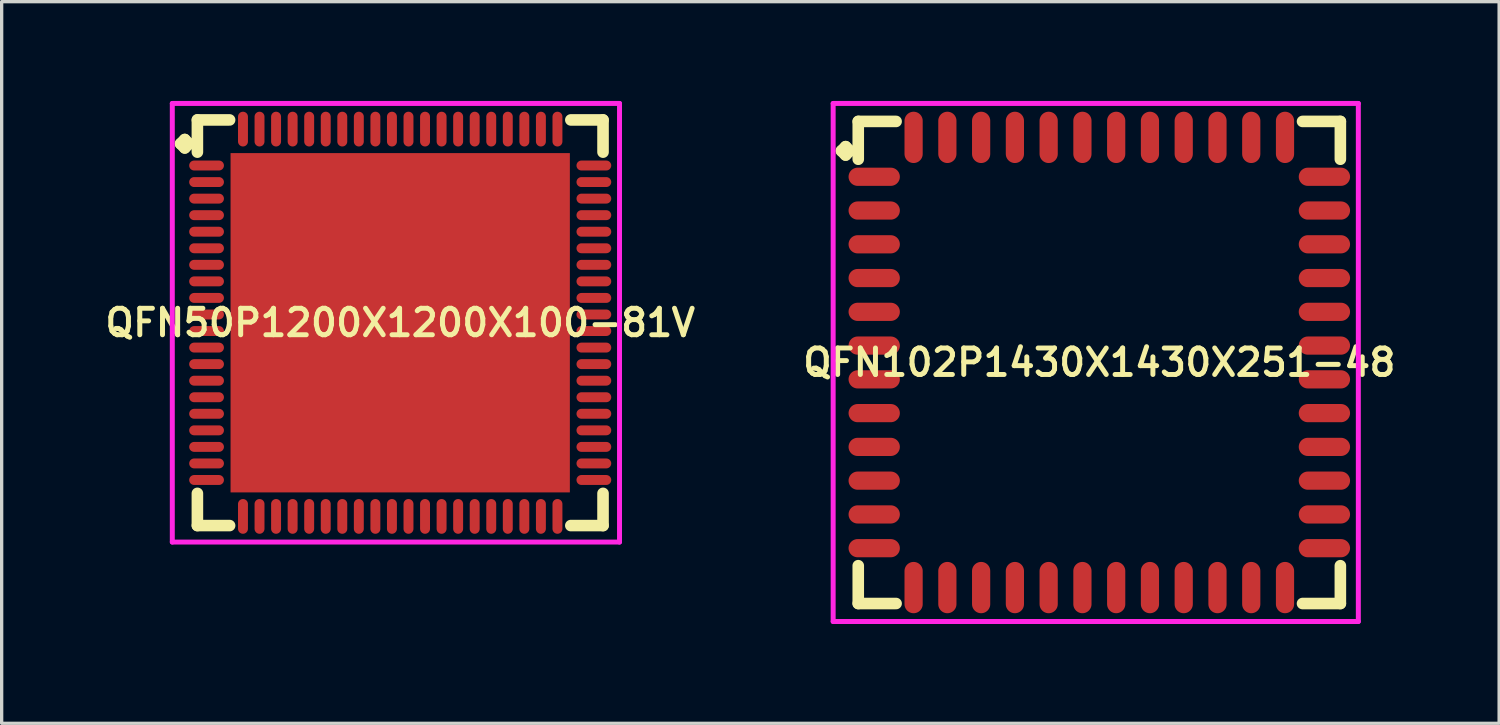
<source format=kicad_pcb>
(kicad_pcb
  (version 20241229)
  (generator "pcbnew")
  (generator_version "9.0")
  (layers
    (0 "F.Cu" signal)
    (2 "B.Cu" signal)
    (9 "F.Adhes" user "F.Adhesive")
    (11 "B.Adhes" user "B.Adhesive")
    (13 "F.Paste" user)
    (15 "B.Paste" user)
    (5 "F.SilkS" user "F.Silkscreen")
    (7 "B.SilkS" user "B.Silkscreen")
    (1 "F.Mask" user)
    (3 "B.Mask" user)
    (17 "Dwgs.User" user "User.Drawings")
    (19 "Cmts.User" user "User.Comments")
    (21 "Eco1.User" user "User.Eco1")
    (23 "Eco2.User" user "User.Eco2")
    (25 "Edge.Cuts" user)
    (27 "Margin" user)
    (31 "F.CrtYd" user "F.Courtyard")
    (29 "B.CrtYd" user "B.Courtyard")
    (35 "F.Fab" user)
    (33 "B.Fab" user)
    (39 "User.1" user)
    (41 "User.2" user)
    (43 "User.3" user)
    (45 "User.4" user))
  (footprint "QFN50P1200X1200X100-81V"
    (layer "F.Cu")
    (at 9.04 6.7)
    (property "Reference" "QFN50P1200X1200X100-81V" (at 0 0 0) (layer "F.SilkS") (effects (font (size 0.8 0.8) (thickness 0.15))))
    (attr smd)
    (fp_line (start -6.635 -5.408) (end -6.508 -5.535) (stroke (width 0.35) (type solid)) (layer "F.SilkS"))
    (fp_line (start -6.508 -5.535) (end -6.381 -5.408) (stroke (width 0.35) (type solid)) (layer "F.SilkS"))
    (fp_line (start -6.508 -5.281) (end -6.635 -5.408) (stroke (width 0.35) (type solid)) (layer "F.SilkS"))
    (fp_line (start -6.381 -5.408) (end -6.508 -5.281) (stroke (width 0.35) (type solid)) (layer "F.SilkS"))
    (fp_line (start -6.127 -6.127) (end -5.154 -6.127) (stroke (width 0.35) (type solid)) (layer "F.SilkS"))
    (fp_line (start -6.127 -5.154) (end -6.127 -6.127) (stroke (width 0.35) (type solid)) (layer "F.SilkS"))
    (fp_line (start -6.127 5.154) (end -6.127 6.127) (stroke (width 0.35) (type solid)) (layer "F.SilkS"))
    (fp_line (start -6.127 6.127) (end -5.154 6.127) (stroke (width 0.35) (type solid)) (layer "F.SilkS"))
    (fp_line (start 5.154 -6.127) (end 6.127 -6.127) (stroke (width 0.35) (type solid)) (layer "F.SilkS"))
    (fp_line (start 5.154 6.127) (end 6.127 6.127) (stroke (width 0.35) (type solid)) (layer "F.SilkS"))
    (fp_line (start 6.127 -6.127) (end 6.127 -5.154) (stroke (width 0.35) (type solid)) (layer "F.SilkS"))
    (fp_line (start 6.127 6.127) (end 6.127 5.154) (stroke (width 0.35) (type solid)) (layer "F.SilkS"))
    (fp_line (start -6.885 -6.625) (end 6.625 -6.625) (stroke (width 0.15) (type solid)) (layer "F.CrtYd"))
    (fp_line (start -6.885 6.625) (end -6.885 -6.625) (stroke (width 0.15) (type solid)) (layer "F.CrtYd"))
    (fp_line (start 6.625 -6.625) (end 6.625 6.625) (stroke (width 0.15) (type solid)) (layer "F.CrtYd"))
    (fp_line (start 6.625 6.625) (end -6.885 6.625) (stroke (width 0.15) (type solid)) (layer "F.CrtYd"))
    (pad "1" smd oval (at -5.85 -4.75) (size 1.05 0.3) (layers "F.Cu" "F.Mask" "F.Paste"))
    (pad "2" smd oval (at -5.85 -4.25) (size 1.05 0.3) (layers "F.Cu" "F.Mask" "F.Paste"))
    (pad "3" smd oval (at -5.85 -3.75) (size 1.05 0.3) (layers "F.Cu" "F.Mask" "F.Paste"))
    (pad "4" smd oval (at -5.85 -3.25) (size 1.05 0.3) (layers "F.Cu" "F.Mask" "F.Paste"))
    (pad "5" smd oval (at -5.85 -2.75) (size 1.05 0.3) (layers "F.Cu" "F.Mask" "F.Paste"))
    (pad "6" smd oval (at -5.85 -2.25) (size 1.05 0.3) (layers "F.Cu" "F.Mask" "F.Paste"))
    (pad "7" smd oval (at -5.85 -1.75) (size 1.05 0.3) (layers "F.Cu" "F.Mask" "F.Paste"))
    (pad "8" smd oval (at -5.85 -1.25) (size 1.05 0.3) (layers "F.Cu" "F.Mask" "F.Paste"))
    (pad "9" smd oval (at -5.85 -0.75) (size 1.05 0.3) (layers "F.Cu" "F.Mask" "F.Paste"))
    (pad "10" smd oval (at -5.85 -0.25) (size 1.05 0.3) (layers "F.Cu" "F.Mask" "F.Paste"))
    (pad "11" smd oval (at -5.85 0.25) (size 1.05 0.3) (layers "F.Cu" "F.Mask" "F.Paste"))
    (pad "12" smd oval (at -5.85 0.75) (size 1.05 0.3) (layers "F.Cu" "F.Mask" "F.Paste"))
    (pad "13" smd oval (at -5.85 1.25) (size 1.05 0.3) (layers "F.Cu" "F.Mask" "F.Paste"))
    (pad "14" smd oval (at -5.85 1.75) (size 1.05 0.3) (layers "F.Cu" "F.Mask" "F.Paste"))
    (pad "15" smd oval (at -5.85 2.25) (size 1.05 0.3) (layers "F.Cu" "F.Mask" "F.Paste"))
    (pad "16" smd oval (at -5.85 2.75) (size 1.05 0.3) (layers "F.Cu" "F.Mask" "F.Paste"))
    (pad "17" smd oval (at -5.85 3.25) (size 1.05 0.3) (layers "F.Cu" "F.Mask" "F.Paste"))
    (pad "18" smd oval (at -5.85 3.75) (size 1.05 0.3) (layers "F.Cu" "F.Mask" "F.Paste"))
    (pad "19" smd oval (at -5.85 4.25) (size 1.05 0.3) (layers "F.Cu" "F.Mask" "F.Paste"))
    (pad "20" smd oval (at -5.85 4.75) (size 1.05 0.3) (layers "F.Cu" "F.Mask" "F.Paste"))
    (pad "21" smd oval (at -4.75 5.85) (size 0.3 1.05) (layers "F.Cu" "F.Mask" "F.Paste"))
    (pad "22" smd oval (at -4.25 5.85) (size 0.3 1.05) (layers "F.Cu" "F.Mask" "F.Paste"))
    (pad "23" smd oval (at -3.75 5.85) (size 0.3 1.05) (layers "F.Cu" "F.Mask" "F.Paste"))
    (pad "24" smd oval (at -3.25 5.85) (size 0.3 1.05) (layers "F.Cu" "F.Mask" "F.Paste"))
    (pad "25" smd oval (at -2.75 5.85) (size 0.3 1.05) (layers "F.Cu" "F.Mask" "F.Paste"))
    (pad "26" smd oval (at -2.25 5.85) (size 0.3 1.05) (layers "F.Cu" "F.Mask" "F.Paste"))
    (pad "27" smd oval (at -1.75 5.85) (size 0.3 1.05) (layers "F.Cu" "F.Mask" "F.Paste"))
    (pad "28" smd oval (at -1.25 5.85) (size 0.3 1.05) (layers "F.Cu" "F.Mask" "F.Paste"))
    (pad "29" smd oval (at -0.75 5.85) (size 0.3 1.05) (layers "F.Cu" "F.Mask" "F.Paste"))
    (pad "30" smd oval (at -0.25 5.85) (size 0.3 1.05) (layers "F.Cu" "F.Mask" "F.Paste"))
    (pad "31" smd oval (at 0.25 5.85) (size 0.3 1.05) (layers "F.Cu" "F.Mask" "F.Paste"))
    (pad "32" smd oval (at 0.75 5.85) (size 0.3 1.05) (layers "F.Cu" "F.Mask" "F.Paste"))
    (pad "33" smd oval (at 1.25 5.85) (size 0.3 1.05) (layers "F.Cu" "F.Mask" "F.Paste"))
    (pad "34" smd oval (at 1.75 5.85) (size 0.3 1.05) (layers "F.Cu" "F.Mask" "F.Paste"))
    (pad "35" smd oval (at 2.25 5.85) (size 0.3 1.05) (layers "F.Cu" "F.Mask" "F.Paste"))
    (pad "36" smd oval (at 2.75 5.85) (size 0.3 1.05) (layers "F.Cu" "F.Mask" "F.Paste"))
    (pad "37" smd oval (at 3.25 5.85) (size 0.3 1.05) (layers "F.Cu" "F.Mask" "F.Paste"))
    (pad "38" smd oval (at 3.75 5.85) (size 0.3 1.05) (layers "F.Cu" "F.Mask" "F.Paste"))
    (pad "39" smd oval (at 4.25 5.85) (size 0.3 1.05) (layers "F.Cu" "F.Mask" "F.Paste"))
    (pad "40" smd oval (at 4.75 5.85) (size 0.3 1.05) (layers "F.Cu" "F.Mask" "F.Paste"))
    (pad "41" smd oval (at 5.85 4.75) (size 1.05 0.3) (layers "F.Cu" "F.Mask" "F.Paste"))
    (pad "42" smd oval (at 5.85 4.25) (size 1.05 0.3) (layers "F.Cu" "F.Mask" "F.Paste"))
    (pad "43" smd oval (at 5.85 3.75) (size 1.05 0.3) (layers "F.Cu" "F.Mask" "F.Paste"))
    (pad "44" smd oval (at 5.85 3.25) (size 1.05 0.3) (layers "F.Cu" "F.Mask" "F.Paste"))
    (pad "45" smd oval (at 5.85 2.75) (size 1.05 0.3) (layers "F.Cu" "F.Mask" "F.Paste"))
    (pad "46" smd oval (at 5.85 2.25) (size 1.05 0.3) (layers "F.Cu" "F.Mask" "F.Paste"))
    (pad "47" smd oval (at 5.85 1.75) (size 1.05 0.3) (layers "F.Cu" "F.Mask" "F.Paste"))
    (pad "48" smd oval (at 5.85 1.25) (size 1.05 0.3) (layers "F.Cu" "F.Mask" "F.Paste"))
    (pad "49" smd oval (at 5.85 0.75) (size 1.05 0.3) (layers "F.Cu" "F.Mask" "F.Paste"))
    (pad "50" smd oval (at 5.85 0.25) (size 1.05 0.3) (layers "F.Cu" "F.Mask" "F.Paste"))
    (pad "51" smd oval (at 5.85 -0.25) (size 1.05 0.3) (layers "F.Cu" "F.Mask" "F.Paste"))
    (pad "52" smd oval (at 5.85 -0.75) (size 1.05 0.3) (layers "F.Cu" "F.Mask" "F.Paste"))
    (pad "53" smd oval (at 5.85 -1.25) (size 1.05 0.3) (layers "F.Cu" "F.Mask" "F.Paste"))
    (pad "54" smd oval (at 5.85 -1.75) (size 1.05 0.3) (layers "F.Cu" "F.Mask" "F.Paste"))
    (pad "55" smd oval (at 5.85 -2.25) (size 1.05 0.3) (layers "F.Cu" "F.Mask" "F.Paste"))
    (pad "56" smd oval (at 5.85 -2.75) (size 1.05 0.3) (layers "F.Cu" "F.Mask" "F.Paste"))
    (pad "57" smd oval (at 5.85 -3.25) (size 1.05 0.3) (layers "F.Cu" "F.Mask" "F.Paste"))
    (pad "58" smd oval (at 5.85 -3.75) (size 1.05 0.3) (layers "F.Cu" "F.Mask" "F.Paste"))
    (pad "59" smd oval (at 5.85 -4.25) (size 1.05 0.3) (layers "F.Cu" "F.Mask" "F.Paste"))
    (pad "60" smd oval (at 5.85 -4.75) (size 1.05 0.3) (layers "F.Cu" "F.Mask" "F.Paste"))
    (pad "61" smd oval (at 4.75 -5.85) (size 0.3 1.05) (layers "F.Cu" "F.Mask" "F.Paste"))
    (pad "62" smd oval (at 4.25 -5.85) (size 0.3 1.05) (layers "F.Cu" "F.Mask" "F.Paste"))
    (pad "63" smd oval (at 3.75 -5.85) (size 0.3 1.05) (layers "F.Cu" "F.Mask" "F.Paste"))
    (pad "64" smd oval (at 3.25 -5.85) (size 0.3 1.05) (layers "F.Cu" "F.Mask" "F.Paste"))
    (pad "65" smd oval (at 2.75 -5.85) (size 0.3 1.05) (layers "F.Cu" "F.Mask" "F.Paste"))
    (pad "66" smd oval (at 2.25 -5.85) (size 0.3 1.05) (layers "F.Cu" "F.Mask" "F.Paste"))
    (pad "67" smd oval (at 1.75 -5.85) (size 0.3 1.05) (layers "F.Cu" "F.Mask" "F.Paste"))
    (pad "68" smd oval (at 1.25 -5.85) (size 0.3 1.05) (layers "F.Cu" "F.Mask" "F.Paste"))
    (pad "69" smd oval (at 0.75 -5.85) (size 0.3 1.05) (layers "F.Cu" "F.Mask" "F.Paste"))
    (pad "70" smd oval (at 0.25 -5.85) (size 0.3 1.05) (layers "F.Cu" "F.Mask" "F.Paste"))
    (pad "71" smd oval (at -0.25 -5.85) (size 0.3 1.05) (layers "F.Cu" "F.Mask" "F.Paste"))
    (pad "72" smd oval (at -0.75 -5.85) (size 0.3 1.05) (layers "F.Cu" "F.Mask" "F.Paste"))
    (pad "73" smd oval (at -1.25 -5.85) (size 0.3 1.05) (layers "F.Cu" "F.Mask" "F.Paste"))
    (pad "74" smd oval (at -1.75 -5.85) (size 0.3 1.05) (layers "F.Cu" "F.Mask" "F.Paste"))
    (pad "75" smd oval (at -2.25 -5.85) (size 0.3 1.05) (layers "F.Cu" "F.Mask" "F.Paste"))
    (pad "76" smd oval (at -2.75 -5.85) (size 0.3 1.05) (layers "F.Cu" "F.Mask" "F.Paste"))
    (pad "77" smd oval (at -3.25 -5.85) (size 0.3 1.05) (layers "F.Cu" "F.Mask" "F.Paste"))
    (pad "78" smd oval (at -3.75 -5.85) (size 0.3 1.05) (layers "F.Cu" "F.Mask" "F.Paste"))
    (pad "79" smd oval (at -4.25 -5.85) (size 0.3 1.05) (layers "F.Cu" "F.Mask" "F.Paste"))
    (pad "80" smd oval (at -4.75 -5.85) (size 0.3 1.05) (layers "F.Cu" "F.Mask" "F.Paste"))
    (pad "81" smd rect (at 0 0) (size 10.25 10.25) (layers "F.Cu" "F.Mask" "F.Paste")))
  (footprint "QFN102P1430X1430X251-48"
    (layer "F.Cu")
    (at 30.159 7.9)
    (property "Reference" "QFN102P1430X1430X251-48" (at 0 0 0) (layer "F.SilkS") (effects (font (size 0.8 0.8) (thickness 0.15))))
    (attr smd)
    (fp_line (start -7.79 -6.393) (end -7.663 -6.52) (stroke (width 0.35) (type solid)) (layer "F.SilkS"))
    (fp_line (start -7.663 -6.52) (end -7.536 -6.393) (stroke (width 0.35) (type solid)) (layer "F.SilkS"))
    (fp_line (start -7.663 -6.266) (end -7.79 -6.393) (stroke (width 0.35) (type solid)) (layer "F.SilkS"))
    (fp_line (start -7.536 -6.393) (end -7.663 -6.266) (stroke (width 0.35) (type solid)) (layer "F.SilkS"))
    (fp_line (start -7.282 -7.282) (end -6.139 -7.282) (stroke (width 0.35) (type solid)) (layer "F.SilkS"))
    (fp_line (start -7.282 -6.139) (end -7.282 -7.282) (stroke (width 0.35) (type solid)) (layer "F.SilkS"))
    (fp_line (start -7.282 6.139) (end -7.282 7.282) (stroke (width 0.35) (type solid)) (layer "F.SilkS"))
    (fp_line (start -7.282 7.282) (end -6.139 7.282) (stroke (width 0.35) (type solid)) (layer "F.SilkS"))
    (fp_line (start 6.139 -7.282) (end 7.282 -7.282) (stroke (width 0.35) (type solid)) (layer "F.SilkS"))
    (fp_line (start 6.139 7.282) (end 7.282 7.282) (stroke (width 0.35) (type solid)) (layer "F.SilkS"))
    (fp_line (start 7.282 -7.282) (end 7.282 -6.139) (stroke (width 0.35) (type solid)) (layer "F.SilkS"))
    (fp_line (start 7.282 7.282) (end 7.282 6.139) (stroke (width 0.35) (type solid)) (layer "F.SilkS"))
    (fp_line (start -8.04 -7.825) (end 7.825 -7.825) (stroke (width 0.15) (type solid)) (layer "F.CrtYd"))
    (fp_line (start -8.04 7.825) (end -8.04 -7.825) (stroke (width 0.15) (type solid)) (layer "F.CrtYd"))
    (fp_line (start 7.825 -7.825) (end 7.825 7.825) (stroke (width 0.15) (type solid)) (layer "F.CrtYd"))
    (fp_line (start 7.825 7.825) (end -8.04 7.825) (stroke (width 0.15) (type solid)) (layer "F.CrtYd"))
    (pad "1" smd oval (at -6.8 -5.61) (size 1.55 0.55) (layers "F.Cu" "F.Mask" "F.Paste"))
    (pad "2" smd oval (at -6.8 -4.59) (size 1.55 0.55) (layers "F.Cu" "F.Mask" "F.Paste"))
    (pad "3" smd oval (at -6.8 -3.57) (size 1.55 0.55) (layers "F.Cu" "F.Mask" "F.Paste"))
    (pad "4" smd oval (at -6.8 -2.55) (size 1.55 0.55) (layers "F.Cu" "F.Mask" "F.Paste"))
    (pad "5" smd oval (at -6.8 -1.53) (size 1.55 0.55) (layers "F.Cu" "F.Mask" "F.Paste"))
    (pad "6" smd oval (at -6.8 -0.51) (size 1.55 0.55) (layers "F.Cu" "F.Mask" "F.Paste"))
    (pad "7" smd oval (at -6.8 0.51) (size 1.55 0.55) (layers "F.Cu" "F.Mask" "F.Paste"))
    (pad "8" smd oval (at -6.8 1.53) (size 1.55 0.55) (layers "F.Cu" "F.Mask" "F.Paste"))
    (pad "9" smd oval (at -6.8 2.55) (size 1.55 0.55) (layers "F.Cu" "F.Mask" "F.Paste"))
    (pad "10" smd oval (at -6.8 3.57) (size 1.55 0.55) (layers "F.Cu" "F.Mask" "F.Paste"))
    (pad "11" smd oval (at -6.8 4.59) (size 1.55 0.55) (layers "F.Cu" "F.Mask" "F.Paste"))
    (pad "12" smd oval (at -6.8 5.61) (size 1.55 0.55) (layers "F.Cu" "F.Mask" "F.Paste"))
    (pad "13" smd oval (at -5.61 6.8) (size 0.55 1.55) (layers "F.Cu" "F.Mask" "F.Paste"))
    (pad "14" smd oval (at -4.59 6.8) (size 0.55 1.55) (layers "F.Cu" "F.Mask" "F.Paste"))
    (pad "15" smd oval (at -3.57 6.8) (size 0.55 1.55) (layers "F.Cu" "F.Mask" "F.Paste"))
    (pad "16" smd oval (at -2.55 6.8) (size 0.55 1.55) (layers "F.Cu" "F.Mask" "F.Paste"))
    (pad "17" smd oval (at -1.53 6.8) (size 0.55 1.55) (layers "F.Cu" "F.Mask" "F.Paste"))
    (pad "18" smd oval (at -0.51 6.8) (size 0.55 1.55) (layers "F.Cu" "F.Mask" "F.Paste"))
    (pad "19" smd oval (at 0.51 6.8) (size 0.55 1.55) (layers "F.Cu" "F.Mask" "F.Paste"))
    (pad "20" smd oval (at 1.53 6.8) (size 0.55 1.55) (layers "F.Cu" "F.Mask" "F.Paste"))
    (pad "21" smd oval (at 2.55 6.8) (size 0.55 1.55) (layers "F.Cu" "F.Mask" "F.Paste"))
    (pad "22" smd oval (at 3.57 6.8) (size 0.55 1.55) (layers "F.Cu" "F.Mask" "F.Paste"))
    (pad "23" smd oval (at 4.59 6.8) (size 0.55 1.55) (layers "F.Cu" "F.Mask" "F.Paste"))
    (pad "24" smd oval (at 5.61 6.8) (size 0.55 1.55) (layers "F.Cu" "F.Mask" "F.Paste"))
    (pad "25" smd oval (at 6.8 5.61) (size 1.55 0.55) (layers "F.Cu" "F.Mask" "F.Paste"))
    (pad "26" smd oval (at 6.8 4.59) (size 1.55 0.55) (layers "F.Cu" "F.Mask" "F.Paste"))
    (pad "27" smd oval (at 6.8 3.57) (size 1.55 0.55) (layers "F.Cu" "F.Mask" "F.Paste"))
    (pad "28" smd oval (at 6.8 2.55) (size 1.55 0.55) (layers "F.Cu" "F.Mask" "F.Paste"))
    (pad "29" smd oval (at 6.8 1.53) (size 1.55 0.55) (layers "F.Cu" "F.Mask" "F.Paste"))
    (pad "30" smd oval (at 6.8 0.51) (size 1.55 0.55) (layers "F.Cu" "F.Mask" "F.Paste"))
    (pad "31" smd oval (at 6.8 -0.51) (size 1.55 0.55) (layers "F.Cu" "F.Mask" "F.Paste"))
    (pad "32" smd oval (at 6.8 -1.53) (size 1.55 0.55) (layers "F.Cu" "F.Mask" "F.Paste"))
    (pad "33" smd oval (at 6.8 -2.55) (size 1.55 0.55) (layers "F.Cu" "F.Mask" "F.Paste"))
    (pad "34" smd oval (at 6.8 -3.57) (size 1.55 0.55) (layers "F.Cu" "F.Mask" "F.Paste"))
    (pad "35" smd oval (at 6.8 -4.59) (size 1.55 0.55) (layers "F.Cu" "F.Mask" "F.Paste"))
    (pad "36" smd oval (at 6.8 -5.61) (size 1.55 0.55) (layers "F.Cu" "F.Mask" "F.Paste"))
    (pad "37" smd oval (at 5.61 -6.8) (size 0.55 1.55) (layers "F.Cu" "F.Mask" "F.Paste"))
    (pad "38" smd oval (at 4.59 -6.8) (size 0.55 1.55) (layers "F.Cu" "F.Mask" "F.Paste"))
    (pad "39" smd oval (at 3.57 -6.8) (size 0.55 1.55) (layers "F.Cu" "F.Mask" "F.Paste"))
    (pad "40" smd oval (at 2.55 -6.8) (size 0.55 1.55) (layers "F.Cu" "F.Mask" "F.Paste"))
    (pad "41" smd oval (at 1.53 -6.8) (size 0.55 1.55) (layers "F.Cu" "F.Mask" "F.Paste"))
    (pad "42" smd oval (at 0.51 -6.8) (size 0.55 1.55) (layers "F.Cu" "F.Mask" "F.Paste"))
    (pad "43" smd oval (at -0.51 -6.8) (size 0.55 1.55) (layers "F.Cu" "F.Mask" "F.Paste"))
    (pad "44" smd oval (at -1.53 -6.8) (size 0.55 1.55) (layers "F.Cu" "F.Mask" "F.Paste"))
    (pad "45" smd oval (at -2.55 -6.8) (size 0.55 1.55) (layers "F.Cu" "F.Mask" "F.Paste"))
    (pad "46" smd oval (at -3.57 -6.8) (size 0.55 1.55) (layers "F.Cu" "F.Mask" "F.Paste"))
    (pad "47" smd oval (at -4.59 -6.8) (size 0.55 1.55) (layers "F.Cu" "F.Mask" "F.Paste"))
    (pad "48" smd oval (at -5.61 -6.8) (size 0.55 1.55) (layers "F.Cu" "F.Mask" "F.Paste")))
  (gr_rect
    (start -3 -3)
    (end 42.237 18.8)
    (stroke (width 0.1) (type default))
    (fill no)
    (layer "Edge.Cuts")))
</source>
